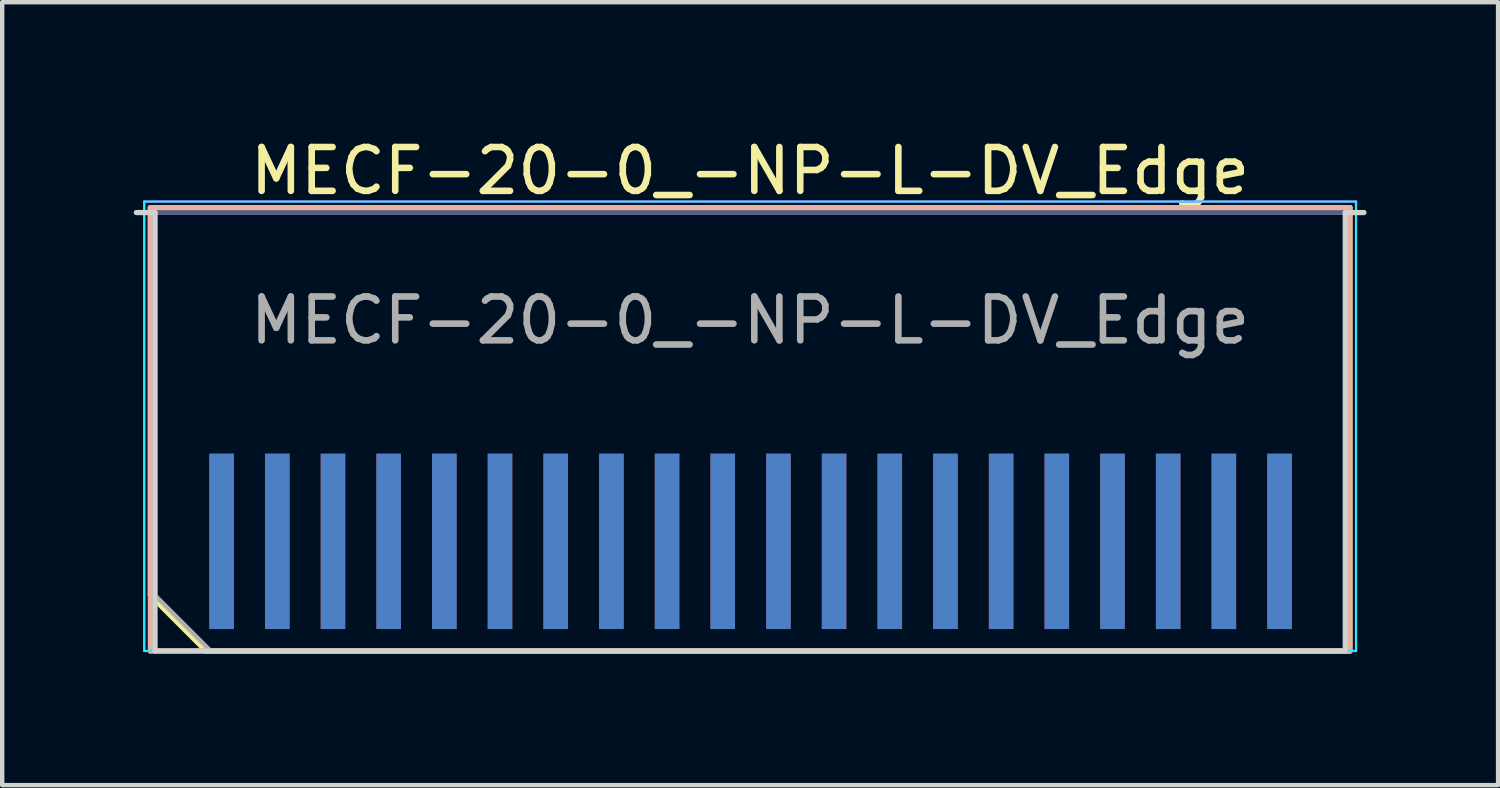
<source format=kicad_pcb>
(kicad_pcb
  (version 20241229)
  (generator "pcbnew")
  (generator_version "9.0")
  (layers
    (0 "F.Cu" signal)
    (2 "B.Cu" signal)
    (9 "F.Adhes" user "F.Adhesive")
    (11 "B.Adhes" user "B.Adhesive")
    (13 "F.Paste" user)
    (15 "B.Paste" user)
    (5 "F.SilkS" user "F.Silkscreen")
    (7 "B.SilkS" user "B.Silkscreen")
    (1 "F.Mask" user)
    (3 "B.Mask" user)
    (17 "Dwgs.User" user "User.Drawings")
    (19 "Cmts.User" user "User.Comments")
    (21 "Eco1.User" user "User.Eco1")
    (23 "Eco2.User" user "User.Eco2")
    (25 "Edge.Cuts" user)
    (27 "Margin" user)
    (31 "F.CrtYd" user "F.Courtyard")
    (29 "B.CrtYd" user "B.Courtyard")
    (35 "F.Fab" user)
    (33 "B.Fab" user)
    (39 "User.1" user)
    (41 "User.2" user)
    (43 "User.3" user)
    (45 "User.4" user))
  (footprint "MECF-20-0_-NP-L-DV_Edge"
    (layer "F.Cu")
    (at 14.06 6.798)
    (property "Reference" "MECF-20-0_-NP-L-DV_Edge" (at 0 -5.95 0) (layer "F.SilkS") (effects (font (size 1 1) (thickness 0.15))))
    (attr exclude_from_pos_files exclude_from_bom)
    (fp_line (start -13.68 -5.11) (end 13.68 -5.11) (stroke (width 0.12) (type solid)) (layer "F.SilkS"))
    (fp_line (start -13.68 3.73) (end -13.68 -5.11) (stroke (width 0.12) (type solid)) (layer "F.SilkS"))
    (fp_line (start -12.41 5) (end -13.68 3.73) (stroke (width 0.12) (type solid)) (layer "F.SilkS"))
    (fp_line (start -12.41 5) (end 13.68 5) (stroke (width 0.12) (type solid)) (layer "F.SilkS"))
    (fp_line (start 13.68 5) (end 13.68 -5.11) (stroke (width 0.12) (type solid)) (layer "F.SilkS"))
    (fp_line (start -13.68 -5.11) (end 13.68 -5.11) (stroke (width 0.12) (type solid)) (layer "B.SilkS"))
    (fp_line (start -13.68 5) (end -13.68 -5.11) (stroke (width 0.12) (type solid)) (layer "B.SilkS"))
    (fp_line (start -13.68 5) (end 13.68 5) (stroke (width 0.12) (type solid)) (layer "B.SilkS"))
    (fp_line (start 13.68 5) (end 13.68 -5.11) (stroke (width 0.12) (type solid)) (layer "B.SilkS"))
    (fp_line (start -14 -5) (end -13.575 -5) (stroke (width 0.12) (type solid)) (layer "Edge.Cuts"))
    (fp_line (start -13.575 5) (end -13.575 -5) (stroke (width 0.12) (type solid)) (layer "Edge.Cuts"))
    (fp_line (start -13.575 5) (end 13.575 5) (stroke (width 0.12) (type solid)) (layer "Edge.Cuts"))
    (fp_line (start 13.575 5) (end 13.575 -5) (stroke (width 0.12) (type solid)) (layer "Edge.Cuts"))
    (fp_line (start 14 -5) (end 13.575 -5) (stroke (width 0.12) (type solid)) (layer "Edge.Cuts"))
    (fp_line (start -13.82 -5.25) (end -13.82 5) (stroke (width 0.05) (type solid)) (layer "B.CrtYd"))
    (fp_line (start -13.82 5) (end 13.82 5) (stroke (width 0.05) (type solid)) (layer "B.CrtYd"))
    (fp_line (start 13.82 -5.25) (end -13.82 -5.25) (stroke (width 0.05) (type solid)) (layer "B.CrtYd"))
    (fp_line (start 13.82 5) (end 13.82 -5.25) (stroke (width 0.05) (type solid)) (layer "B.CrtYd"))
    (fp_line (start -13.82 -5.25) (end -13.82 5) (stroke (width 0.05) (type solid)) (layer "F.CrtYd"))
    (fp_line (start -13.82 5) (end 13.82 5) (stroke (width 0.05) (type solid)) (layer "F.CrtYd"))
    (fp_line (start 13.82 -5.25) (end -13.82 -5.25) (stroke (width 0.05) (type solid)) (layer "F.CrtYd"))
    (fp_line (start 13.82 5) (end 13.82 -5.25) (stroke (width 0.05) (type solid)) (layer "F.CrtYd"))
    (fp_line (start -13.575 -5) (end 13.575 -5) (stroke (width 0.1) (type solid)) (layer "B.Fab"))
    (fp_line (start -13.575 5) (end -13.575 -5) (stroke (width 0.1) (type solid)) (layer "B.Fab"))
    (fp_line (start -13.575 5) (end 13.575 5) (stroke (width 0.1) (type solid)) (layer "B.Fab"))
    (fp_line (start 13.575 5) (end 13.575 -5) (stroke (width 0.1) (type solid)) (layer "B.Fab"))
    (fp_line (start -13.575 -5) (end 13.575 -5) (stroke (width 0.1) (type solid)) (layer "F.Fab"))
    (fp_line (start -13.575 3.73) (end -13.575 -5) (stroke (width 0.1) (type solid)) (layer "F.Fab"))
    (fp_line (start -13.575 3.73) (end -12.305 5) (stroke (width 0.1) (type solid)) (layer "F.Fab"))
    (fp_line (start -12.305 5) (end 13.575 5) (stroke (width 0.1) (type solid)) (layer "F.Fab"))
    (fp_line (start 13.575 5) (end 13.575 -5) (stroke (width 0.1) (type solid)) (layer "F.Fab"))
    (fp_text user "${REFERENCE}" (at 0 -2.54 0) (layer "F.Fab") (effects (font (size 1 1) (thickness 0.15))))
    (pad "1" smd rect (at -12.055 2.5) (size 0.56 4) (layers "F.Cu" "F.Mask" "F.Paste"))
    (pad "2" smd rect (at -12.055 2.5) (size 0.56 4) (layers "B.Cu" "B.Mask" "B.Paste"))
    (pad "3" smd rect (at -10.785 2.5) (size 0.56 4) (layers "F.Cu" "F.Mask" "F.Paste"))
    (pad "4" smd rect (at -10.785 2.5) (size 0.56 4) (layers "B.Cu" "B.Mask" "B.Paste"))
    (pad "5" smd rect (at -9.515 2.5) (size 0.56 4) (layers "F.Cu" "F.Mask" "F.Paste"))
    (pad "6" smd rect (at -9.515 2.5) (size 0.56 4) (layers "B.Cu" "B.Mask" "B.Paste"))
    (pad "7" smd rect (at -8.245 2.5) (size 0.56 4) (layers "F.Cu" "F.Mask" "F.Paste"))
    (pad "8" smd rect (at -8.245 2.5) (size 0.56 4) (layers "B.Cu" "B.Mask" "B.Paste"))
    (pad "9" smd rect (at -6.975 2.5) (size 0.56 4) (layers "F.Cu" "F.Mask" "F.Paste"))
    (pad "10" smd rect (at -6.975 2.5) (size 0.56 4) (layers "B.Cu" "B.Mask" "B.Paste"))
    (pad "11" smd rect (at -5.705 2.5) (size 0.56 4) (layers "F.Cu" "F.Mask" "F.Paste"))
    (pad "12" smd rect (at -5.705 2.5) (size 0.56 4) (layers "B.Cu" "B.Mask" "B.Paste"))
    (pad "13" smd rect (at -4.435 2.5) (size 0.56 4) (layers "F.Cu" "F.Mask" "F.Paste"))
    (pad "14" smd rect (at -4.435 2.5) (size 0.56 4) (layers "B.Cu" "B.Mask" "B.Paste"))
    (pad "15" smd rect (at -3.165 2.5) (size 0.56 4) (layers "F.Cu" "F.Mask" "F.Paste"))
    (pad "16" smd rect (at -3.165 2.5) (size 0.56 4) (layers "B.Cu" "B.Mask" "B.Paste"))
    (pad "17" smd rect (at -1.895 2.5) (size 0.56 4) (layers "F.Cu" "F.Mask" "F.Paste"))
    (pad "18" smd rect (at -1.895 2.5) (size 0.56 4) (layers "B.Cu" "B.Mask" "B.Paste"))
    (pad "19" smd rect (at -0.625 2.5) (size 0.56 4) (layers "F.Cu" "F.Mask" "F.Paste"))
    (pad "20" smd rect (at -0.625 2.5) (size 0.56 4) (layers "B.Cu" "B.Mask" "B.Paste"))
    (pad "21" smd rect (at 0.645 2.5) (size 0.56 4) (layers "F.Cu" "F.Mask" "F.Paste"))
    (pad "22" smd rect (at 0.645 2.5) (size 0.56 4) (layers "B.Cu" "B.Mask" "B.Paste"))
    (pad "23" smd rect (at 1.915 2.5) (size 0.56 4) (layers "F.Cu" "F.Mask" "F.Paste"))
    (pad "24" smd rect (at 1.915 2.5) (size 0.56 4) (layers "B.Cu" "B.Mask" "B.Paste"))
    (pad "25" smd rect (at 3.185 2.5) (size 0.56 4) (layers "F.Cu" "F.Mask" "F.Paste"))
    (pad "26" smd rect (at 3.185 2.5) (size 0.56 4) (layers "B.Cu" "B.Mask" "B.Paste"))
    (pad "27" smd rect (at 4.455 2.5) (size 0.56 4) (layers "F.Cu" "F.Mask" "F.Paste"))
    (pad "28" smd rect (at 4.455 2.5) (size 0.56 4) (layers "B.Cu" "B.Mask" "B.Paste"))
    (pad "29" smd rect (at 5.725 2.5) (size 0.56 4) (layers "F.Cu" "F.Mask" "F.Paste"))
    (pad "30" smd rect (at 5.725 2.5) (size 0.56 4) (layers "B.Cu" "B.Mask" "B.Paste"))
    (pad "31" smd rect (at 6.995 2.5) (size 0.56 4) (layers "F.Cu" "F.Mask" "F.Paste"))
    (pad "32" smd rect (at 6.995 2.5) (size 0.56 4) (layers "B.Cu" "B.Mask" "B.Paste"))
    (pad "33" smd rect (at 8.265 2.5) (size 0.56 4) (layers "F.Cu" "F.Mask" "F.Paste"))
    (pad "34" smd rect (at 8.265 2.5) (size 0.56 4) (layers "B.Cu" "B.Mask" "B.Paste"))
    (pad "35" smd rect (at 9.535 2.5) (size 0.56 4) (layers "F.Cu" "F.Mask" "F.Paste"))
    (pad "36" smd rect (at 9.535 2.5) (size 0.56 4) (layers "B.Cu" "B.Mask" "B.Paste"))
    (pad "37" smd rect (at 10.805 2.5) (size 0.56 4) (layers "F.Cu" "F.Mask" "F.Paste"))
    (pad "38" smd rect (at 10.805 2.5) (size 0.56 4) (layers "B.Cu" "B.Mask" "B.Paste"))
    (pad "39" smd rect (at 12.075 2.5) (size 0.56 4) (layers "F.Cu" "F.Mask" "F.Paste"))
    (pad "40" smd rect (at 12.075 2.5) (size 0.56 4) (layers "B.Cu" "B.Mask" "B.Paste")))
  (gr_rect
    (start -3 -3)
    (end 31.12 14.858)
    (stroke (width 0.1) (type default))
    (fill no)
    (layer "Edge.Cuts")))
</source>
